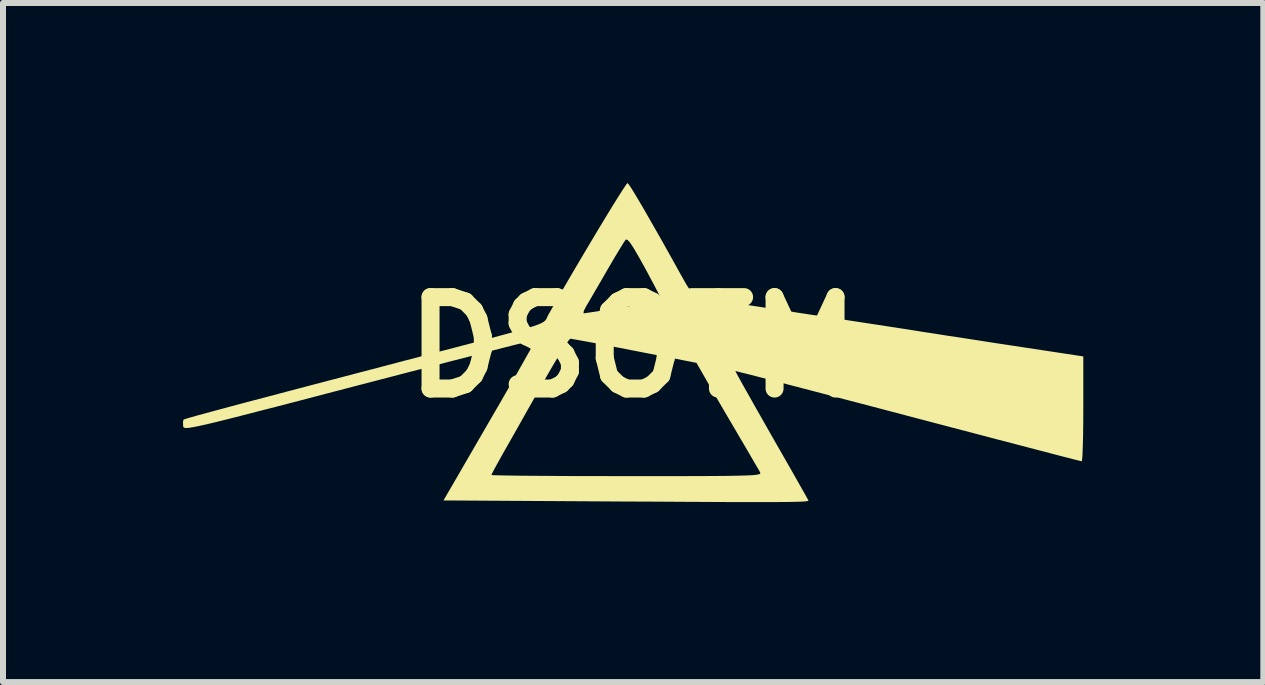
<source format=kicad_pcb>
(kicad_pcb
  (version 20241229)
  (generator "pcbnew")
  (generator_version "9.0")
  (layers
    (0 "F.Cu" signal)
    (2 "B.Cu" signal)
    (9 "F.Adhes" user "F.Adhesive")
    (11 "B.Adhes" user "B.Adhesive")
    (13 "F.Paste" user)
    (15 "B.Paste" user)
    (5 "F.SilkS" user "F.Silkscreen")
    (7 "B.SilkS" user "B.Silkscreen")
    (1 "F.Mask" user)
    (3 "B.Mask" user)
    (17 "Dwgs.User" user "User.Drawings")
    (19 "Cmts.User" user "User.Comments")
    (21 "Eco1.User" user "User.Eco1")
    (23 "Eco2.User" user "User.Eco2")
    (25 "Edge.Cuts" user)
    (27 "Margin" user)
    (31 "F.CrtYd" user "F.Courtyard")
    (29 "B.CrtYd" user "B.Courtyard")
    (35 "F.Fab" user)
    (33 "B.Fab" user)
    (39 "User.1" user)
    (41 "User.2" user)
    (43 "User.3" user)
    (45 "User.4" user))
  (footprint "DSOTM"
    (layer "F.Cu")
    (at 7.5 2.736)
    (property "Reference" "DSOTM" (at 0 0 0) (layer "F.SilkS") (effects (font (size 1.524 1.524) (thickness 0.3))))
    (attr board_only exclude_from_pos_files exclude_from_bom)
    (fp_poly (pts (xy -0.064 -2.703) (xy -0.005 -2.612) (xy 0.08 -2.471) (xy 0.191 -2.282) (xy 0.322 -2.053) (xy 0.473 -1.788) (xy 0.639 -1.492) (xy 0.796 -1.209) (xy 0.888 -1.046) (xy 0.958 -0.938) (xy 1.013 -0.872) (xy 1.062 -0.839) (xy 1.087 -0.831) (xy 1.14 -0.822) (xy 1.255 -0.804) (xy 1.426 -0.777) (xy 1.644 -0.744) (xy 1.902 -0.704) (xy 2.194 -0.659) (xy 2.511 -0.611) (xy 2.818 -0.564) (xy 3.162 -0.512) (xy 3.494 -0.462) (xy 3.806 -0.414) (xy 4.089 -0.371) (xy 4.336 -0.333) (xy 4.537 -0.302) (xy 4.683 -0.279) (xy 4.756 -0.267) (xy 4.863 -0.25) (xy 5.029 -0.225) (xy 5.243 -0.191) (xy 5.495 -0.153) (xy 5.774 -0.11) (xy 6.069 -0.064) (xy 6.28 -0.032) (xy 7.504 0.154) (xy 7.504 1.028) (xy 7.503 1.268) (xy 7.5 1.483) (xy 7.495 1.663) (xy 7.49 1.799) (xy 7.483 1.881) (xy 7.477 1.902) (xy 7.44 1.893) (xy 7.34 1.868) (xy 7.181 1.827) (xy 6.97 1.772) (xy 6.71 1.704) (xy 6.408 1.625) (xy 6.067 1.536) (xy 5.694 1.438) (xy 5.293 1.333) (xy 4.868 1.221) (xy 4.581 1.146) (xy 4.146 1.031) (xy 3.73 0.922) (xy 3.339 0.82) (xy 2.978 0.725) (xy 2.652 0.64) (xy 2.366 0.566) (xy 2.125 0.503) (xy 1.934 0.454) (xy 1.797 0.42) (xy 1.721 0.401) (xy 1.705 0.398) (xy 1.721 0.429) (xy 1.767 0.514) (xy 1.841 0.647) (xy 1.938 0.819) (xy 2.054 1.025) (xy 2.186 1.257) (xy 2.311 1.477) (xy 2.454 1.727) (xy 2.585 1.956) (xy 2.7 2.158) (xy 2.795 2.326) (xy 2.867 2.453) (xy 2.911 2.532) (xy 2.924 2.557) (xy 2.917 2.562) (xy 2.893 2.567) (xy 2.848 2.572) (xy 2.777 2.575) (xy 2.677 2.578) (xy 2.544 2.58) (xy 2.373 2.581) (xy 2.16 2.581) (xy 1.901 2.581) (xy 1.592 2.581) (xy 1.228 2.579) (xy 0.806 2.577) (xy 0.322 2.574) (xy -0.162 2.572) (xy -3.159 2.554) (xy -2.913 2.13) (xy -2.36 2.13) (xy -2.326 2.133) (xy -2.227 2.136) (xy -2.07 2.139) (xy -1.86 2.142) (xy -1.602 2.144) (xy -1.304 2.146) (xy -0.971 2.148) (xy -0.609 2.148) (xy -0.223 2.149) (xy -0.104 2.149) (xy 0.35 2.149) (xy 0.739 2.149) (xy 1.067 2.148) (xy 1.34 2.147) (xy 1.563 2.145) (xy 1.739 2.142) (xy 1.876 2.138) (xy 1.976 2.134) (xy 2.046 2.128) (xy 2.09 2.12) (xy 2.114 2.112) (xy 2.122 2.101) (xy 2.119 2.089) (xy 2.118 2.087) (xy 2.091 2.038) (xy 2.033 1.94) (xy 1.953 1.801) (xy 1.855 1.634) (xy 1.746 1.449) (xy 1.744 1.444) (xy 1.622 1.237) (xy 1.498 1.025) (xy 1.383 0.828) (xy 1.286 0.661) (xy 1.23 0.562) (xy 1.057 0.261) (xy 0.027 0.06) (xy -0.235 0.009) (xy -0.475 -0.037) (xy -0.684 -0.077) (xy -0.854 -0.108) (xy -0.975 -0.13) (xy -1.039 -0.14) (xy -1.046 -0.141) (xy -1.074 -0.112) (xy -1.131 -0.029) (xy -1.212 0.099) (xy -1.31 0.262) (xy -1.422 0.454) (xy -1.499 0.59) (xy -1.632 0.825) (xy -1.769 1.067) (xy -1.9 1.3) (xy -2.017 1.507) (xy -2.112 1.674) (xy -2.136 1.716) (xy -2.22 1.866) (xy -2.29 1.992) (xy -2.339 2.084) (xy -2.36 2.128) (xy -2.36 2.13) (xy -2.913 2.13) (xy -2.387 1.222) (xy -2.225 0.943) (xy -2.076 0.684) (xy -1.942 0.45) (xy -1.828 0.248) (xy -1.735 0.083) (xy -1.669 -0.037) (xy -1.632 -0.106) (xy -1.626 -0.121) (xy -1.661 -0.114) (xy -1.76 -0.091) (xy -1.916 -0.052) (xy -2.126 0.001) (xy -2.384 0.067) (xy -2.686 0.145) (xy -3.026 0.232) (xy -3.399 0.329) (xy -3.801 0.433) (xy -4.227 0.544) (xy -4.562 0.631) (xy -5.076 0.765) (xy -5.525 0.883) (xy -5.915 0.984) (xy -6.25 1.07) (xy -6.533 1.143) (xy -6.769 1.203) (xy -6.963 1.251) (xy -7.119 1.288) (xy -7.241 1.315) (xy -7.333 1.333) (xy -7.399 1.344) (xy -7.444 1.347) (xy -7.472 1.345) (xy -7.488 1.337) (xy -7.495 1.326) (xy -7.498 1.311) (xy -7.498 1.311) (xy -7.5 1.239) (xy -7.491 1.209) (xy -7.475 1.201) (xy -7.432 1.187) (xy -7.359 1.166) (xy -7.253 1.136) (xy -7.11 1.097) (xy -6.928 1.048) (xy -6.703 0.987) (xy -6.432 0.915) (xy -6.112 0.831) (xy -5.739 0.732) (xy -5.309 0.619) (xy -4.821 0.491) (xy -4.27 0.347) (xy -3.822 0.229) (xy -3.367 0.11) (xy -2.975 0.008) (xy -2.642 -0.079) (xy -2.362 -0.153) (xy -2.13 -0.215) (xy -1.943 -0.266) (xy -1.794 -0.309) (xy -1.679 -0.344) (xy -1.594 -0.373) (xy -1.533 -0.398) (xy -1.492 -0.421) (xy -1.465 -0.442) (xy -1.448 -0.464) (xy -1.436 -0.488) (xy -1.424 -0.516) (xy -1.409 -0.545) (xy -1.397 -0.566) (xy -0.826 -0.566) (xy -0.822 -0.564) (xy -0.779 -0.57) (xy -0.679 -0.585) (xy -0.532 -0.608) (xy -0.351 -0.637) (xy -0.164 -0.667) (xy 0.037 -0.7) (xy 0.213 -0.73) (xy 0.352 -0.755) (xy 0.443 -0.773) (xy 0.475 -0.781) (xy 0.463 -0.814) (xy 0.422 -0.899) (xy 0.357 -1.024) (xy 0.274 -1.18) (xy 0.202 -1.314) (xy 0.093 -1.51) (xy 0.011 -1.65) (xy -0.048 -1.74) (xy -0.089 -1.786) (xy -0.116 -1.795) (xy -0.124 -1.789) (xy -0.155 -1.744) (xy -0.214 -1.649) (xy -0.294 -1.517) (xy -0.387 -1.359) (xy -0.44 -1.268) (xy -0.54 -1.094) (xy -0.634 -0.933) (xy -0.712 -0.798) (xy -0.768 -0.704) (xy -0.783 -0.678) (xy -0.82 -0.606) (xy -0.826 -0.566) (xy -1.397 -0.566) (xy -1.287 -0.759) (xy -1.152 -0.993) (xy -1.01 -1.237) (xy -0.863 -1.486) (xy -0.717 -1.732) (xy -0.577 -1.966) (xy -0.446 -2.183) (xy -0.329 -2.374) (xy -0.23 -2.532) (xy -0.155 -2.649) (xy -0.107 -2.719) (xy -0.091 -2.736)) (stroke (width 0) (type solid)) (fill yes) (layer "F.SilkS")))
  (gr_rect
    (start -3 -3)
    (end 18.004 8.317)
    (stroke (width 0.1) (type default))
    (fill no)
    (layer "Edge.Cuts")))
</source>
